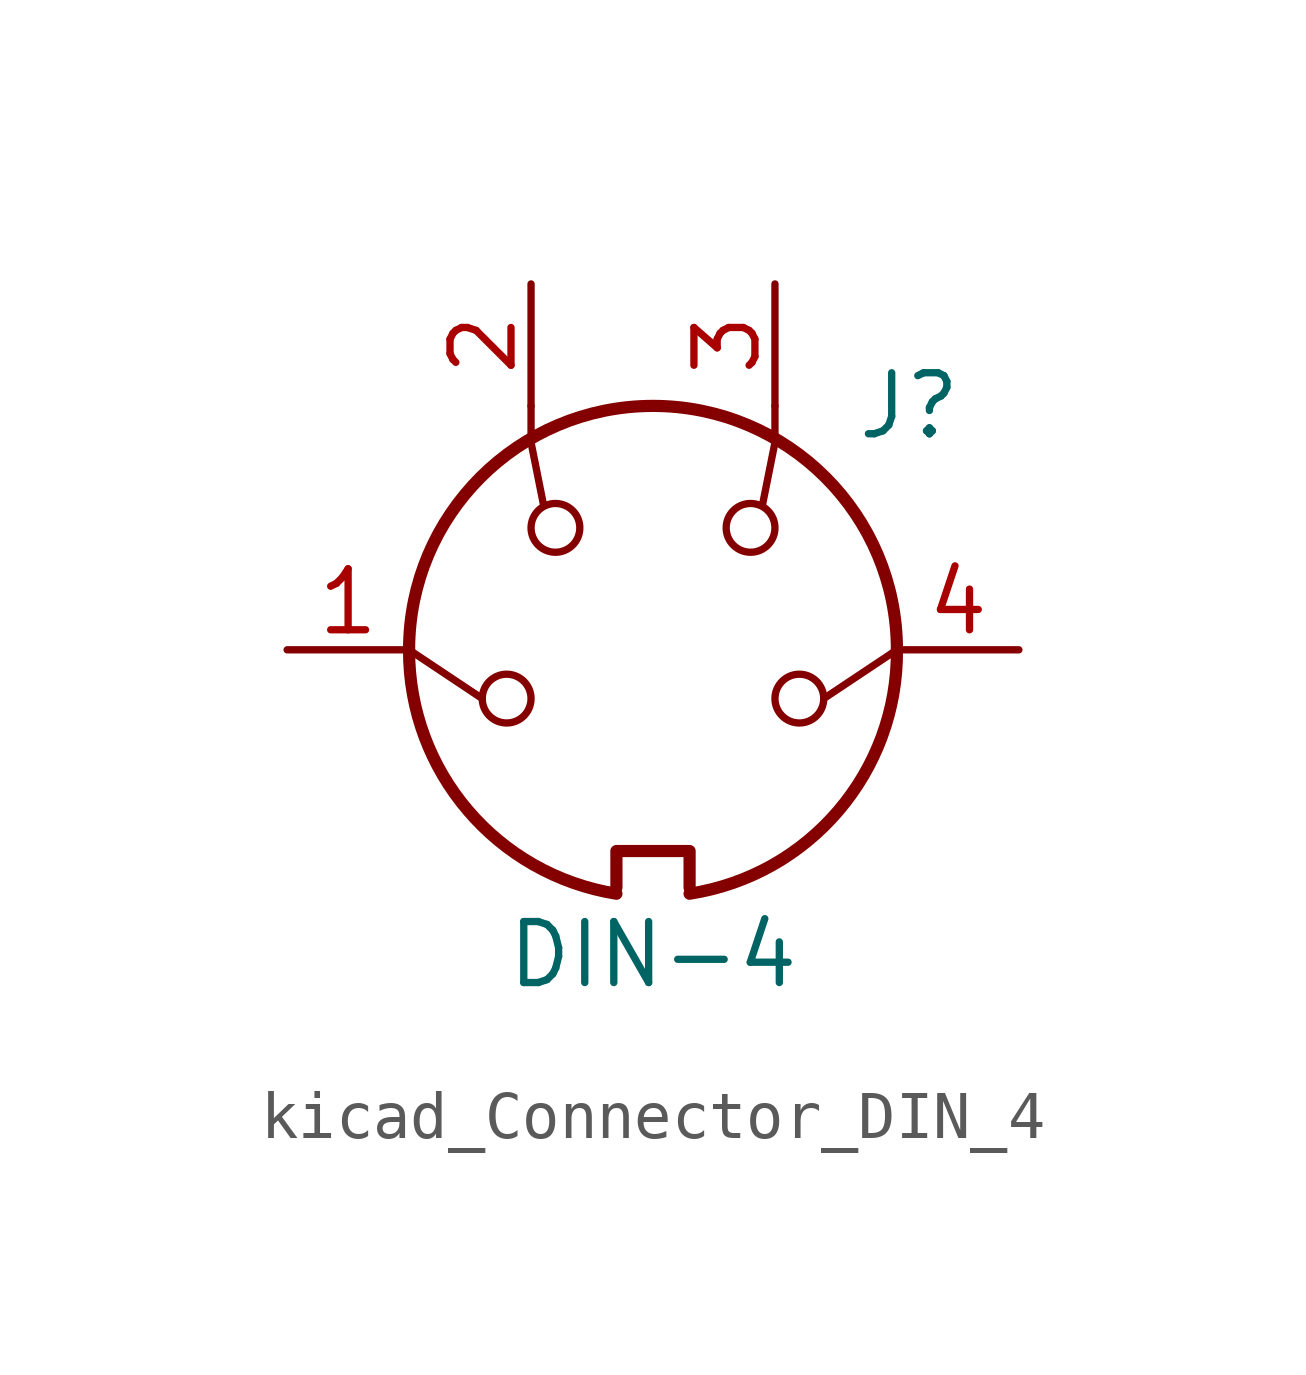
<source format=kicad_sym>
(kicad_symbol_lib
  (version 20220914)
  (generator kicad_symbol_editor)
  (symbol "kicad_Connector_DIN_4"
    (pin_names
      (offset 1.016))
    (property "Reference" "J"
      (at 5.334 5.08 0)
      (effects (font (size 1.27 1.27))))
    (property "Value" "DIN-4"
      (at 0 -6.35 0)
      (effects (font (size 1.27 1.27))))
    (symbol "kicad_Connector_DIN_4_0_1"
      (arc (start -5.08 0) (mid -3.8609 -3.3364) (end -0.762 -5.08) (stroke (width 0.254) (type default)) (fill (type none)))
      (circle (center -3.048 -1.016) (radius 0.508) (stroke (width 0) (type default)) (fill (type none)))
      (circle (center -2.032 2.54) (radius 0.508) (stroke (width 0) (type default)) (fill (type none)))
      (polyline (pts (xy -3.556 -1.016) (xy -5.08 0)) (stroke (width 0) (type default)) (fill (type none)))
      (polyline (pts (xy 5.08 0) (xy 3.556 -1.016)) (stroke (width 0) (type default)) (fill (type none)))
      (polyline (pts (xy -2.54 5.08) (xy -2.54 4.318) (xy -2.286 3.048)) (stroke (width 0) (type default)) (fill (type none)))
      (polyline (pts (xy 2.54 5.08) (xy 2.54 4.318) (xy 2.286 3.048)) (stroke (width 0) (type default)) (fill (type none)))
      (polyline (pts (xy -0.762 -4.953) (xy -0.762 -4.191) (xy 0.762 -4.191) (xy 0.762 -4.953)) (stroke (width 0.254) (type default)) (fill (type none)))
      (arc (start 0.762 -5.08) (mid 3.8685 -3.343) (end 5.08 0) (stroke (width 0.254) (type default)) (fill (type none)))
      (circle (center 2.032 2.54) (radius 0.508) (stroke (width 0) (type default)) (fill (type none)))
      (circle (center 3.048 -1.016) (radius 0.508) (stroke (width 0) (type default)) (fill (type none)))
      (arc (start 5.08 0) (mid 0 5.0579) (end -5.08 0) (stroke (width 0.254) (type default)) (fill (type none))))
    (symbol "kicad_Connector_DIN_4_1_1"
      (pin passive line (at -7.62 0 0) (length 2.54) (name "~" (effects (font (size 1.27 1.27)))) (number "1" (effects (font (size 1.27 1.27)))))
      (pin passive line (at -2.54 7.62 270) (length 2.54) (name "~" (effects (font (size 1.27 1.27)))) (number "2" (effects (font (size 1.27 1.27)))))
      (pin passive line (at 2.54 7.62 270) (length 2.54) (name "~" (effects (font (size 1.27 1.27)))) (number "3" (effects (font (size 1.27 1.27)))))
      (pin passive line (at 7.62 0 180) (length 2.54) (name "~" (effects (font (size 1.27 1.27)))) (number "4" (effects (font (size 1.27 1.27))))))))
</source>
